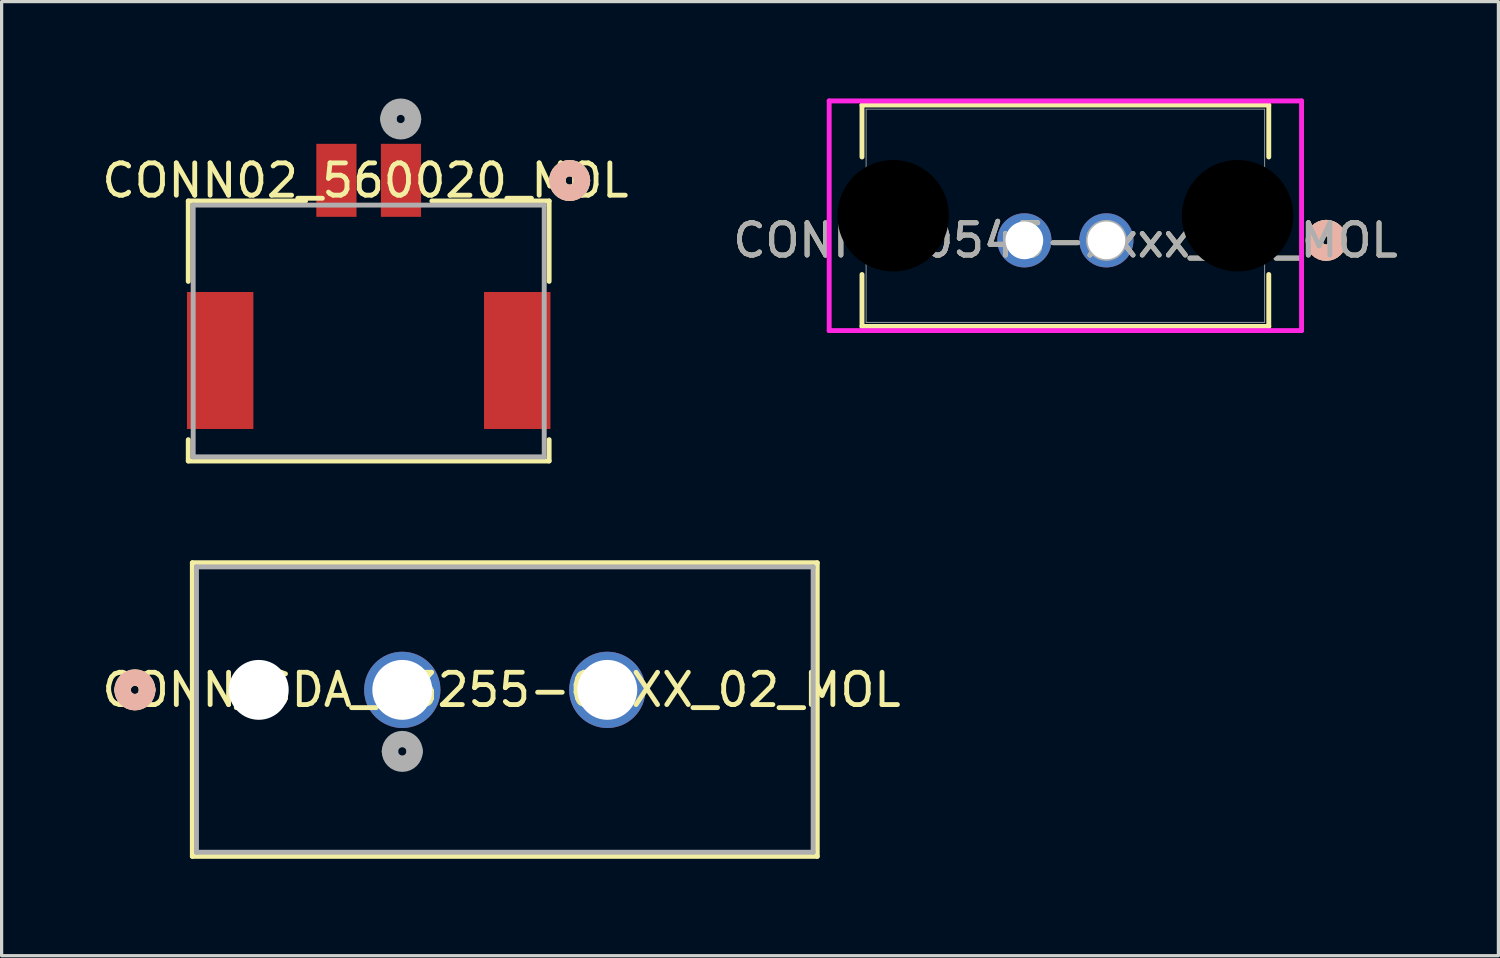
<source format=kicad_pcb>
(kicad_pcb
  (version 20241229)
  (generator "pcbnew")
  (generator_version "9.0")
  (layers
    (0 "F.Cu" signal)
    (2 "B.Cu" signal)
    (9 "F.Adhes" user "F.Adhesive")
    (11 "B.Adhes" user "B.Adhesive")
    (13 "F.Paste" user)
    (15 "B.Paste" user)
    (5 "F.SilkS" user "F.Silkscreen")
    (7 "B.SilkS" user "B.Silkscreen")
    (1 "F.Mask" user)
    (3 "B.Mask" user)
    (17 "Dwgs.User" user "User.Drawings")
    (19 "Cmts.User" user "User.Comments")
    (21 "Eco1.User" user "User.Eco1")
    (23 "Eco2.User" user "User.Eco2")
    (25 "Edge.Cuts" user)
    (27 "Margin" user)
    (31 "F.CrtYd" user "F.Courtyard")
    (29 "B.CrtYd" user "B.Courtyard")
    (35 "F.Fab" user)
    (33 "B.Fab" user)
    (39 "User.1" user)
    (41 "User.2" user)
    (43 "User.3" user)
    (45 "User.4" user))
  (footprint "CONN02_560020_MOL"
    (layer "F.Cu")
    (at 8.369 7.214)
    (property "Reference" "CONN02_560020_MOL" (at -0.102 -4.674 0) (layer "F.SilkS") (effects (font (size 1 1) (thickness 0.15))))
    (attr smd)
    (fp_line (start -5.588 -4.039) (end -5.588 -1.549) (stroke (width 0.152) (type solid)) (layer "F.SilkS"))
    (fp_line (start -5.588 3.353) (end -5.588 4.013) (stroke (width 0.152) (type solid)) (layer "F.SilkS"))
    (fp_line (start -5.588 4.013) (end 5.588 4.013) (stroke (width 0.152) (type solid)) (layer "F.SilkS"))
    (fp_line (start -1.956 -4.039) (end -5.588 -4.039) (stroke (width 0.152) (type solid)) (layer "F.SilkS"))
    (fp_line (start 5.588 -4.039) (end 1.956 -4.039) (stroke (width 0.152) (type solid)) (layer "F.SilkS"))
    (fp_line (start 5.588 -1.549) (end 5.588 -4.039) (stroke (width 0.152) (type solid)) (layer "F.SilkS"))
    (fp_line (start 5.588 4.013) (end 5.588 3.353) (stroke (width 0.152) (type solid)) (layer "F.SilkS"))
    (fp_arc (start 5.842 -4.6736) (mid 6.223 -5.0546) (end 6.604 -4.6736) (stroke (width 0.508) (type solid)) (layer "F.SilkS"))
    (fp_arc (start 6.604 -4.6736) (mid 6.223 -4.2926) (end 5.842 -4.6736) (stroke (width 0.508) (type solid)) (layer "F.SilkS"))
    (fp_arc (start 5.842 -4.6736) (mid 6.223 -5.0546) (end 6.604 -4.6736) (stroke (width 0.508) (type solid)) (layer "B.SilkS"))
    (fp_arc (start 6.604 -4.6736) (mid 6.223 -4.2926) (end 5.842 -4.6736) (stroke (width 0.508) (type solid)) (layer "B.SilkS"))
    (fp_line (start -5.436 -3.912) (end -5.436 3.886) (stroke (width 0.152) (type solid)) (layer "F.Fab"))
    (fp_line (start -5.436 3.886) (end 5.436 3.886) (stroke (width 0.152) (type solid)) (layer "F.Fab"))
    (fp_line (start 5.436 -3.912) (end -5.436 -3.912) (stroke (width 0.152) (type solid)) (layer "F.Fab"))
    (fp_line (start 5.436 3.886) (end 5.436 -3.912) (stroke (width 0.152) (type solid)) (layer "F.Fab"))
    (fp_arc (start 0.6096 -6.5786) (mid 0.9906 -6.9596) (end 1.3716 -6.5786) (stroke (width 0.508) (type solid)) (layer "F.Fab"))
    (fp_arc (start 1.3716 -6.5786) (mid 0.9906 -6.1976) (end 0.6096 -6.5786) (stroke (width 0.508) (type solid)) (layer "F.Fab"))
    (pad "1" smd rect (at 1 -4.679) (size 1.245 2.261) (layers "F.Cu" "F.Mask" "F.Paste"))
    (pad "2" smd rect (at -1 -4.679) (size 1.245 2.261) (layers "F.Cu" "F.Mask" "F.Paste"))
    (pad "3" smd rect (at -4.6 0.901) (size 2.057 4.242) (layers "F.Cu" "F.Mask" "F.Paste"))
    (pad "4" smd rect (at 4.6 0.901) (size 2.057 4.242) (layers "F.Cu" "F.Mask" "F.Paste")))
  (footprint "CONN_SDA_43255-00XX_02_MOL"
    (layer "F.Cu")
    (at 9.409 18.316)
    (property "Reference" "CONN_SDA_43255-00XX_02_MOL" (at 3.073 0 0) (layer "F.SilkS") (effects (font (size 1 1) (thickness 0.15))))
    (attr through_hole)
    (fp_line (start -6.502 -3.937) (end -6.502 5.156) (stroke (width 0.152) (type solid)) (layer "F.SilkS"))
    (fp_line (start -6.502 5.156) (end 12.852 5.156) (stroke (width 0.152) (type solid)) (layer "F.SilkS"))
    (fp_line (start 12.852 -3.937) (end -6.502 -3.937) (stroke (width 0.152) (type solid)) (layer "F.SilkS"))
    (fp_line (start 12.852 5.156) (end 12.852 -3.937) (stroke (width 0.152) (type solid)) (layer "F.SilkS"))
    (fp_arc (start -8.6614 0) (mid -8.2804 -0.381) (end -7.8994 0) (stroke (width 0.508) (type solid)) (layer "F.SilkS"))
    (fp_arc (start -7.8994 0) (mid -8.2804 0.381) (end -8.6614 0) (stroke (width 0.508) (type solid)) (layer "F.SilkS"))
    (fp_arc (start -8.6614 0) (mid -8.2804 -0.381) (end -7.8994 0) (stroke (width 0.508) (type solid)) (layer "B.SilkS"))
    (fp_arc (start -7.8994 0) (mid -8.2804 0.381) (end -8.6614 0) (stroke (width 0.508) (type solid)) (layer "B.SilkS"))
    (fp_line (start -6.375 -3.81) (end -6.375 5.029) (stroke (width 0.152) (type solid)) (layer "F.Fab"))
    (fp_line (start -6.375 5.029) (end 12.725 5.029) (stroke (width 0.152) (type solid)) (layer "F.Fab"))
    (fp_line (start 12.725 -3.81) (end -6.375 -3.81) (stroke (width 0.152) (type solid)) (layer "F.Fab"))
    (fp_line (start 12.725 5.029) (end 12.725 -3.81) (stroke (width 0.152) (type solid)) (layer "F.Fab"))
    (fp_arc (start -0.381 1.905) (mid 0 1.524) (end 0.381 1.905) (stroke (width 0.508) (type solid)) (layer "F.Fab"))
    (fp_arc (start 0.381 1.905) (mid 0 2.286) (end -0.381 1.905) (stroke (width 0.508) (type solid)) (layer "F.Fab"))
    (pad "" np_thru_hole circle (at -4.445 0) (size 1.854 1.854) (drill 1.854) (layers "*.Cu" "*.Mask"))
    (pad "1" thru_hole circle (at 0 0) (size 2.362 2.362) (drill 1.854) (layers "*.Cu" "*.Mask"))
    (pad "2" thru_hole circle (at 6.35 0) (size 2.362 2.362) (drill 1.854) (layers "*.Cu" "*.Mask")))
  (footprint "CONN_70545-xxxx_02_MOL"
    (layer "F.Cu")
    (at 31.216 4.394)
    (property "Reference" "CONN_70545-xxxx_02_MOL" (at -1.27 0 0) (unlocked yes) (layer "F.SilkS") (effects (font (size 1 1) (thickness 0.15))))
    (attr through_hole)
    (fp_line (start -7.569 -4.191) (end -7.569 -2.582) (stroke (width 0.152) (type solid)) (layer "F.SilkS"))
    (fp_line (start -7.569 1.058) (end -7.569 2.667) (stroke (width 0.152) (type solid)) (layer "F.SilkS"))
    (fp_line (start -7.569 2.667) (end 5.029 2.667) (stroke (width 0.152) (type solid)) (layer "F.SilkS"))
    (fp_line (start 5.029 -4.191) (end -7.569 -4.191) (stroke (width 0.152) (type solid)) (layer "F.SilkS"))
    (fp_line (start 5.029 -2.582) (end 5.029 -4.191) (stroke (width 0.152) (type solid)) (layer "F.SilkS"))
    (fp_line (start 5.029 2.667) (end 5.029 1.058) (stroke (width 0.152) (type solid)) (layer "F.SilkS"))
    (fp_circle (center 6.807 0) (end 7.188 0) (stroke (width 0.508) (type solid)) (fill no) (layer "F.SilkS"))
    (fp_circle (center 6.807 0) (end 7.188 0) (stroke (width 0.508) (type solid)) (fill no) (layer "B.SilkS"))
    (fp_line (start -8.585 -4.318) (end -8.585 2.794) (stroke (width 0.152) (type solid)) (layer "F.CrtYd"))
    (fp_line (start -8.585 2.794) (end 6.045 2.794) (stroke (width 0.152) (type solid)) (layer "F.CrtYd"))
    (fp_line (start 6.045 -4.318) (end -8.585 -4.318) (stroke (width 0.152) (type solid)) (layer "F.CrtYd"))
    (fp_line (start 6.045 2.794) (end 6.045 -4.318) (stroke (width 0.152) (type solid)) (layer "F.CrtYd"))
    (fp_line (start -7.442 -4.064) (end -7.442 2.54) (stroke (width 0.025) (type solid)) (layer "F.Fab"))
    (fp_line (start -7.442 2.54) (end 4.902 2.54) (stroke (width 0.025) (type solid)) (layer "F.Fab"))
    (fp_line (start 4.902 -4.064) (end -7.442 -4.064) (stroke (width 0.025) (type solid)) (layer "F.Fab"))
    (fp_line (start 4.902 2.54) (end 4.902 -4.064) (stroke (width 0.025) (type solid)) (layer "F.Fab"))
    (fp_circle (center 0 0) (end 0.381 0) (stroke (width 0.508) (type solid)) (fill no) (layer "F.Fab"))
    (fp_text user "${REFERENCE}" (at -1.27 0 0) (unlocked yes) (layer "F.Fab") (effects (font (size 1 1) (thickness 0.15))))
    (pad "" np_thru_hole circle (at -6.604 -0.762) (size 3.454 3.454) (drill 3.454) (layers))
    (pad "" np_thru_hole circle (at 4.064 -0.762) (size 3.454 3.454) (drill 3.454) (layers))
    (pad "1" thru_hole circle (at 0 0) (size 1.676 1.676) (drill 1.168) (layers "*.Cu" "*.Mask"))
    (pad "2" thru_hole circle (at -2.54 0) (size 1.676 1.676) (drill 1.168) (layers "*.Cu" "*.Mask")))
  (gr_rect
    (start -3 -3)
    (end 43.357 26.549)
    (stroke (width 0.1) (type default))
    (fill no)
    (layer "Edge.Cuts")))
</source>
